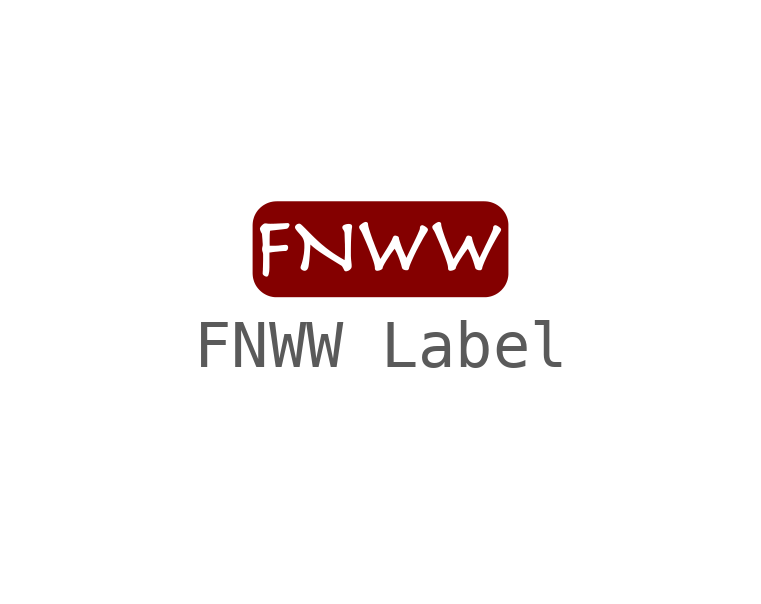
<source format=kicad_sym>
(kicad_symbol_lib
  (version 20231120)
  (generator "kicad_symbol_editor")
  (generator_version "8.0")
  (symbol "FNWW Label"
    (property "Reference" "LAB"
      (at 0 -2.286 0)
      (effects (font (size 1.27 1.27)) (hide yes)))
    (property "ki_locked" ""
      (at 0 0 0)
      (effects (font (size 1.27 1.27))))
    (symbol "FNWW Label_1_0"
      (polyline (pts (xy 2.286 1.016) (xy 2.311 1.014) (xy 2.336 1.011) (xy 2.361 1.006) (xy 2.385 1.001) (xy 2.409 0.994) (xy 2.432 0.986) (xy 2.455 0.977) (xy 2.477 0.967) (xy 2.499 0.956) (xy 2.519 0.944) (xy 2.54 0.931) (xy 2.559 0.917) (xy 2.578 0.902) (xy 2.596 0.887) (xy 2.614 0.87) (xy 2.63 0.853) (xy 2.646 0.835) (xy 2.661 0.816) (xy 2.675 0.796) (xy 2.688 0.776) (xy 2.7 0.755) (xy 2.711 0.733) (xy 2.721 0.711) (xy 2.73 0.689) (xy 2.738 0.665) (xy 2.745 0.642) (xy 2.75 0.617) (xy 2.755 0.593) (xy 2.758 0.568) (xy 2.76 0.542) (xy 2.76 0.517) (xy 2.76 -0.483) (xy 2.76 -0.509) (xy 2.758 -0.534) (xy 2.755 -0.559) (xy 2.75 -0.584) (xy 2.745 -0.608) (xy 2.738 -0.632) (xy 2.73 -0.655) (xy 2.721 -0.678) (xy 2.711 -0.7) (xy 2.7 -0.722) (xy 2.688 -0.743) (xy 2.675 -0.763) (xy 2.661 -0.782) (xy 2.646 -0.801) (xy 2.63 -0.819) (xy 2.614 -0.837) (xy 2.596 -0.853) (xy 2.578 -0.869) (xy 2.559 -0.884) (xy 2.54 -0.898) (xy 2.519 -0.911) (xy 2.499 -0.923) (xy 2.477 -0.934) (xy 2.455 -0.944) (xy 2.432 -0.953) (xy 2.409 -0.961) (xy 2.385 -0.968) (xy 2.361 -0.973) (xy 2.336 -0.978) (xy 2.311 -0.981) (xy 2.286 -0.983) (xy 2.26 -0.983) (xy -2.073 -0.983) (xy -2.099 -0.983) (xy -2.124 -0.981) (xy -2.149 -0.978) (xy -2.174 -0.973) (xy -2.198 -0.968) (xy -2.222 -0.961) (xy -2.245 -0.953) (xy -2.268 -0.944) (xy -2.29 -0.934) (xy -2.311 -0.923) (xy -2.332 -0.911) (xy -2.353 -0.898) (xy -2.372 -0.884) (xy -2.391 -0.869) (xy -2.409 -0.853) (xy -2.426 -0.837) (xy -2.443 -0.819) (xy -2.459 -0.801) (xy -2.474 -0.782) (xy -2.488 -0.763) (xy -2.501 -0.743) (xy -2.513 -0.722) (xy -2.524 -0.7) (xy -2.534 -0.678) (xy -2.543 -0.655) (xy -2.55 -0.632) (xy -2.557 -0.608) (xy -2.563 -0.584) (xy -2.567 -0.559) (xy -2.57 -0.534) (xy -2.572 -0.509) (xy -2.573 -0.483) (xy -2.573 0.446) (xy -2.42 0.446) (xy -2.42 0.444) (xy -2.42 0.441) (xy -2.42 0.438) (xy -2.42 0.435) (xy -2.419 0.432) (xy -2.418 0.429) (xy -2.418 0.426) (xy -2.417 0.422) (xy -2.416 0.419) (xy -2.415 0.415) (xy -2.414 0.412) (xy -2.413 0.408) (xy -2.411 0.404) (xy -2.41 0.401) (xy -2.408 0.397) (xy -2.406 0.393) (xy -2.403 0.386) (xy -2.4 0.379) (xy -2.397 0.373) (xy -2.393 0.366) (xy -2.39 0.36) (xy -2.386 0.353) (xy -2.382 0.346) (xy -2.378 0.34) (xy -2.376 0.315) (xy -2.374 0.285) (xy -2.371 0.25) (xy -2.368 0.215) (xy -2.366 0.182) (xy -2.364 0.152) (xy -2.363 0.14) (xy -2.362 0.13) (xy -2.362 0.122) (xy -2.362 0.117) (xy -2.362 0.111) (xy -2.362 0.105) (xy -2.362 0.1) (xy -2.363 0.094) (xy -2.364 0.089) (xy -2.365 0.084) (xy -2.366 0.079) (xy -2.368 0.073) (xy -2.369 0.067) (xy -2.371 0.061) (xy -2.372 0.054) (xy -2.373 0.047) (xy -2.374 0.04) (xy -2.375 0.033) (xy -2.375 0.026) (xy -2.375 0.019) (xy -2.375 0.014) (xy -2.375 0.01) (xy -2.375 0.005) (xy -2.374 0.001) (xy -2.374 -0.003) (xy -2.373 -0.007) (xy -2.372 -0.011) (xy -2.372 -0.014) (xy -2.371 -0.018) (xy -2.37 -0.021) (xy -2.369 -0.024) (xy -2.368 -0.028) (xy -2.367 -0.031) (xy -2.366 -0.034) (xy -2.365 -0.038) (xy -2.363 -0.041) (xy -2.362 -0.044) (xy -2.361 -0.047) (xy -2.361 -0.05) (xy -2.36 -0.053) (xy -2.359 -0.056) (xy -2.358 -0.06) (xy -2.357 -0.063) (xy -2.357 -0.067) (xy -2.356 -0.07) (xy -2.356 -0.074) (xy -2.355 -0.079) (xy -2.355 -0.084) (xy -2.354 -0.089) (xy -2.354 -0.094) (xy -2.354 -0.1) (xy -2.354 -0.106) (xy -2.354 -0.206) (xy -2.356 -0.285) (xy -2.357 -0.346) (xy -2.359 -0.392) (xy -2.359 -0.41) (xy -2.36 -0.426) (xy -2.361 -0.439) (xy -2.362 -0.45) (xy -2.362 -0.461) (xy -2.363 -0.47) (xy -2.363 -0.479) (xy -2.363 -0.488) (xy -2.363 -0.49) (xy -2.363 -0.492) (xy -2.363 -0.494) (xy -2.362 -0.496) (xy -2.362 -0.498) (xy -2.361 -0.5) (xy -2.361 -0.502) (xy -2.36 -0.504) (xy -2.359 -0.506) (xy -2.358 -0.507) (xy -2.357 -0.509) (xy -2.356 -0.511) (xy -2.355 -0.513) (xy -2.353 -0.515) (xy -2.352 -0.517) (xy -2.35 -0.518) (xy -2.348 -0.521) (xy -2.346 -0.523) (xy -2.344 -0.525) (xy -2.341 -0.527) (xy -2.339 -0.529) (xy -2.337 -0.531) (xy -2.334 -0.533) (xy -2.331 -0.535) (xy -2.328 -0.537) (xy -2.325 -0.539) (xy -2.322 -0.541) (xy -2.319 -0.542) (xy -2.316 -0.544) (xy -2.313 -0.545) (xy -2.31 -0.547) (xy -2.307 -0.548) (xy -2.303 -0.549) (xy -2.299 -0.55) (xy -2.296 -0.551) (xy -2.293 -0.552) (xy -2.289 -0.553) (xy -2.286 -0.553) (xy -2.285 -0.553) (xy -2.284 -0.553) (xy -2.282 -0.553) (xy -2.281 -0.553) (xy -2.278 -0.553) (xy -2.276 -0.553) (xy -2.273 -0.552) (xy -2.272 -0.552) (xy -2.27 -0.552) (xy -2.269 -0.551) (xy -2.268 -0.551) (xy -2.266 -0.55) (xy -2.265 -0.549) (xy -2.264 -0.548) (xy -2.262 -0.548) (xy -2.261 -0.547) (xy -2.26 -0.546) (xy -2.258 -0.544) (xy -2.257 -0.543) (xy -2.256 -0.542) (xy -2.255 -0.541) (xy -2.253 -0.539) (xy -2.252 -0.538) (xy -2.251 -0.536) (xy -2.25 -0.534) (xy -2.249 -0.533) (xy -2.248 -0.531) (xy -2.247 -0.529) (xy -2.246 -0.527) (xy -2.245 -0.524) (xy -2.244 -0.522) (xy -2.243 -0.52) (xy -2.242 -0.517) (xy -2.24 -0.512) (xy -2.239 -0.506) (xy -2.237 -0.5) (xy -2.236 -0.493) (xy -2.234 -0.487) (xy -2.233 -0.48) (xy -2.232 -0.473) (xy -2.23 -0.466) (xy -2.229 -0.459) (xy -2.228 -0.452) (xy -2.227 -0.445) (xy -2.226 -0.438) (xy -2.226 -0.431) (xy -2.225 -0.423) (xy -2.224 -0.416) (xy -2.224 -0.409) (xy -2.223 -0.396) (xy -2.223 -0.385) (xy -2.223 -0.376) (xy -2.222 -0.368) (xy -2.222 -0.052) (xy -2.211 -0.051) (xy -2.198 -0.049) (xy -2.183 -0.047) (xy -2.167 -0.044) (xy -2.143 -0.041) (xy -2.118 -0.038) (xy -2.092 -0.035) (xy -2.066 -0.033) (xy -2.039 -0.03) (xy -2.014 -0.027) (xy -1.988 -0.025) (xy -1.964 -0.023) (xy -1.941 -0.021) (xy -1.922 -0.02) (xy -1.905 -0.019) (xy -1.891 -0.019) (xy -1.888 -0.019) (xy -1.885 -0.019) (xy -1.882 -0.018) (xy -1.879 -0.018) (xy -1.876 -0.017) (xy -1.873 -0.016) (xy -1.87 -0.015) (xy -1.867 -0.013) (xy -1.865 -0.012) (xy -1.862 -0.01) (xy -1.86 -0.008) (xy -1.857 -0.006) (xy -1.855 -0.004) (xy -1.852 -0.001) (xy -1.85 0.002) (xy -1.848 0.004) (xy -1.846 0.007) (xy -1.844 0.009) (xy -1.843 0.012) (xy -1.841 0.015) (xy -1.84 0.018) (xy -1.839 0.021) (xy -1.838 0.024) (xy -1.837 0.027) (xy -1.836 0.031) (xy -1.835 0.034) (xy -1.834 0.038) (xy -1.834 0.041) (xy -1.833 0.045) (xy -1.833 0.049) (xy -1.833 0.053) (xy -1.833 0.058) (xy -1.833 0.061) (xy -1.833 0.064) (xy -1.833 0.066) (xy -1.834 0.069) (xy -1.834 0.072) (xy -1.835 0.074) (xy -1.836 0.077) (xy -1.837 0.079) (xy -1.837 0.082) (xy -1.839 0.084) (xy -1.84 0.086) (xy -1.841 0.088) (xy -1.842 0.09) (xy -1.843 0.091) (xy -1.845 0.093) (xy -1.846 0.095) (xy -1.848 0.096) (xy -1.85 0.098) (xy -1.851 0.099) (xy -1.853 0.101) (xy -1.855 0.102) (xy -1.857 0.103) (xy -1.86 0.104) (xy -1.862 0.105) (xy -1.864 0.106) (xy -1.867 0.106) (xy -1.869 0.107) (xy -1.872 0.108) (xy -1.875 0.108) (xy -1.878 0.108) (xy -1.881 0.108) (xy -1.884 0.108) (xy -1.893 0.108) (xy -1.904 0.108) (xy -1.915 0.107) (xy -1.927 0.106) (xy -1.94 0.105) (xy -1.954 0.103) (xy -1.968 0.102) (xy -1.984 0.1) (xy -1.999 0.098) (xy -2.015 0.096) (xy -2.031 0.094) (xy -2.048 0.093) (xy -2.065 0.092) (xy -2.083 0.091) (xy -2.101 0.091) (xy -2.12 0.091) (xy -2.217 0.091) (xy -2.217 0.101) (xy -2.217 0.11) (xy -2.217 0.12) (xy -2.218 0.13) (xy -2.218 0.14) (xy -2.218 0.15) (xy -2.218 0.212) (xy -2.217 0.274) (xy -2.217 0.303) (xy -2.216 0.331) (xy -2.214 0.356) (xy -2.213 0.368) (xy -2.212 0.38) (xy -2.212 0.383) (xy -2.211 0.387) (xy -2.211 0.39) (xy -2.21 0.393) (xy -2.209 0.399) (xy -2.208 0.403) (xy -2.202 0.404) (xy -2.195 0.405) (xy -2.18 0.407) (xy -2.163 0.409) (xy -2.144 0.411) (xy -2.048 0.422) (xy -1.947 0.433) (xy -1.923 0.436) (xy -1.901 0.439) (xy -1.88 0.442) (xy -1.861 0.445) (xy -1.861 0.445) (xy -1.859 0.446) (xy -1.858 0.446) (xy -1.856 0.447) (xy -1.854 0.447) (xy -1.853 0.448) (xy -1.851 0.449) (xy -1.849 0.45) (xy -1.848 0.451) (xy -1.846 0.452) (xy -1.845 0.453) (xy -1.843 0.454) (xy -1.841 0.455) (xy -1.84 0.456) (xy -1.838 0.458) (xy -1.837 0.459) (xy -1.835 0.461) (xy -1.833 0.463) (xy -1.831 0.465) (xy -1.829 0.468) (xy -1.827 0.47) (xy -1.825 0.473) (xy -1.824 0.475) (xy -1.822 0.478) (xy -1.821 0.478) (xy -1.689 0.478) (xy -1.689 0.477) (xy -1.689 0.475) (xy -1.689 0.474) (xy -1.689 0.472) (xy -1.689 0.471) (xy -1.688 0.469) (xy -1.688 0.467) (xy -1.688 0.466) (xy -1.688 0.464) (xy -1.687 0.463) (xy -1.687 0.461) (xy -1.686 0.459) (xy -1.686 0.458) (xy -1.685 0.456) (xy -1.684 0.454) (xy -1.684 0.453) (xy -1.683 0.452) (xy -1.683 0.45) (xy -1.681 0.447) (xy -1.679 0.444) (xy -1.677 0.44) (xy -1.675 0.436) (xy -1.672 0.432) (xy -1.669 0.428) (xy -1.665 0.423) (xy -1.662 0.418) (xy -1.659 0.414) (xy -1.655 0.408) (xy -1.65 0.403) (xy -1.646 0.397) (xy -1.641 0.391) (xy -1.635 0.385) (xy -1.63 0.378) (xy -1.603 0.348) (xy -1.569 0.308) (xy -1.569 0.308) (xy -1.569 0.308) (xy -1.564 0.303) (xy -1.56 0.297) (xy -1.555 0.291) (xy -1.55 0.285) (xy -1.546 0.279) (xy -1.542 0.274) (xy -1.538 0.268) (xy -1.534 0.262) (xy -1.531 0.256) (xy -1.528 0.25) (xy -1.524 0.244) (xy -1.521 0.238) (xy -1.519 0.232) (xy -1.516 0.226) (xy -1.514 0.22) (xy -1.511 0.214) (xy -1.509 0.208) (xy -1.507 0.201) (xy -1.505 0.195) (xy -1.504 0.188) (xy -1.502 0.181) (xy -1.5 0.174) (xy -1.499 0.167) (xy -1.498 0.159) (xy -1.497 0.151) (xy -1.496 0.144) (xy -1.495 0.136) (xy -1.495 0.127) (xy -1.494 0.11) (xy -1.494 0.093) (xy -1.494 0.067) (xy -1.494 0.042) (xy -1.496 0.018) (xy -1.497 -0.006) (xy -1.499 -0.028) (xy -1.501 -0.05) (xy -1.503 -0.07) (xy -1.506 -0.09) (xy -1.513 -0.128) (xy -1.519 -0.162) (xy -1.522 -0.178) (xy -1.526 -0.194) (xy -1.529 -0.209) (xy -1.533 -0.223) (xy -1.536 -0.236) (xy -1.54 -0.248) (xy -1.543 -0.26) (xy -1.546 -0.271) (xy -1.55 -0.281) (xy -1.553 -0.291) (xy -1.556 -0.3) (xy -1.559 -0.308) (xy -1.563 -0.317) (xy -1.565 -0.326) (xy -1.568 -0.334) (xy -1.57 -0.341) (xy -1.571 -0.348) (xy -1.573 -0.354) (xy -1.573 -0.357) (xy -1.573 -0.36) (xy -1.573 -0.362) (xy -1.573 -0.365) (xy -1.573 -0.367) (xy -1.573 -0.369) (xy -1.573 -0.371) (xy -1.573 -0.373) (xy -1.572 -0.376) (xy -1.572 -0.378) (xy -1.571 -0.38) (xy -1.571 -0.382) (xy -1.57 -0.384) (xy -1.569 -0.386) (xy -1.568 -0.388) (xy -1.567 -0.389) (xy -1.565 -0.391) (xy -1.564 -0.393) (xy -1.563 -0.395) (xy -1.561 -0.397) (xy -1.56 -0.398) (xy -1.559 -0.399) (xy -1.558 -0.401) (xy -1.557 -0.402) (xy -1.556 -0.403) (xy -1.554 -0.404) (xy -1.553 -0.406) (xy -1.552 -0.407) (xy -1.55 -0.408) (xy -1.549 -0.409) (xy -1.548 -0.41) (xy -1.546 -0.411) (xy -1.545 -0.412) (xy -1.543 -0.413) (xy -1.542 -0.414) (xy -1.54 -0.415) (xy -1.538 -0.416) (xy -1.537 -0.417) (xy -1.535 -0.418) (xy -1.534 -0.419) (xy -1.532 -0.42) (xy -1.53 -0.421) (xy -1.529 -0.422) (xy -1.527 -0.423) (xy -1.525 -0.423) (xy -1.524 -0.424) (xy -1.522 -0.425) (xy -1.52 -0.426) (xy -1.518 -0.426) (xy -1.516 -0.427) (xy -1.515 -0.427) (xy -1.513 -0.428) (xy -1.509 -0.429) (xy -1.506 -0.43) (xy -1.502 -0.43) (xy -1.499 -0.431) (xy -1.496 -0.431) (xy -1.493 -0.432) (xy -1.491 -0.432) (xy -1.488 -0.432) (xy -1.485 -0.432) (xy -1.482 -0.432) (xy -1.478 -0.431) (xy -1.475 -0.43) (xy -1.472 -0.43) (xy -1.468 -0.429) (xy -1.465 -0.427) (xy -1.462 -0.426) (xy -1.459 -0.424) (xy -1.456 -0.423) (xy -1.453 -0.421) (xy -1.45 -0.418) (xy -1.446 -0.416) (xy -1.443 -0.413) (xy -1.44 -0.41) (xy -1.437 -0.407) (xy -1.435 -0.405) (xy -1.432 -0.402) (xy -1.43 -0.399) (xy -1.428 -0.395) (xy -1.426 -0.392) (xy -1.424 -0.388) (xy -1.422 -0.385) (xy -1.42 -0.381) (xy -1.418 -0.376) (xy -1.416 -0.372) (xy -1.415 -0.367) (xy -1.413 -0.363) (xy -1.411 -0.358) (xy -1.41 -0.353) (xy -1.409 -0.348) (xy -1.408 -0.342) (xy -1.407 -0.342) (xy -1.407 -0.342) (xy -1.407 -0.342) (xy -1.405 -0.327) (xy -1.402 -0.312) (xy -1.4 -0.296) (xy -1.398 -0.28) (xy -1.396 -0.263) (xy -1.394 -0.246) (xy -1.392 -0.228) (xy -1.39 -0.21) (xy -1.387 -0.174) (xy -1.384 -0.138) (xy -1.381 -0.102) (xy -1.379 -0.066) (xy -1.37 0.066) (xy -1.369 0.092) (xy -1.368 0.104) (xy -1.367 0.115) (xy -1.361 0.11) (xy -1.356 0.105) (xy -1.351 0.1) (xy -1.345 0.095) (xy -1.338 0.088) (xy -1.331 0.082) (xy -1.323 0.075) (xy -1.316 0.069) (xy -1.308 0.062) (xy -1.3 0.056) (xy -1.283 0.042) (xy -1.274 0.035) (xy -1.265 0.028) (xy -1.246 0.013) (xy -1.225 -0.002) (xy -1.203 -0.018) (xy -1.179 -0.035) (xy -1.153 -0.053) (xy -1.124 -0.072) (xy -1.093 -0.093) (xy -1.059 -0.115) (xy -1.022 -0.139) (xy -0.982 -0.164) (xy -0.939 -0.191) (xy -0.842 -0.251) (xy -0.73 -0.32) (xy -0.727 -0.321) (xy -0.725 -0.323) (xy -0.723 -0.324) (xy -0.721 -0.326) (xy -0.719 -0.327) (xy -0.717 -0.329) (xy -0.715 -0.331) (xy -0.714 -0.333) (xy -0.712 -0.334) (xy -0.71 -0.336) (xy -0.709 -0.338) (xy -0.707 -0.34) (xy -0.706 -0.342) (xy -0.704 -0.344) (xy -0.703 -0.346) (xy -0.702 -0.348) (xy -0.699 -0.353) (xy -0.696 -0.357) (xy -0.693 -0.362) (xy -0.69 -0.367) (xy -0.688 -0.372) (xy -0.685 -0.376) (xy -0.683 -0.381) (xy -0.681 -0.385) (xy -0.672 -0.402) (xy -0.665 -0.417) (xy -0.664 -0.419) (xy -0.663 -0.421) (xy -0.662 -0.422) (xy -0.661 -0.424) (xy -0.66 -0.425) (xy -0.659 -0.427) (xy -0.658 -0.428) (xy -0.657 -0.429) (xy -0.656 -0.431) (xy -0.655 -0.432) (xy -0.654 -0.433) (xy -0.653 -0.434) (xy -0.652 -0.435) (xy -0.65 -0.436) (xy -0.649 -0.436) (xy -0.648 -0.437) (xy -0.639 -0.442) (xy -0.629 -0.443) (xy -0.627 -0.443) (xy -0.626 -0.443) (xy -0.622 -0.443) (xy -0.618 -0.442) (xy -0.614 -0.442) (xy -0.61 -0.441) (xy -0.606 -0.44) (xy -0.601 -0.439) (xy -0.596 -0.437) (xy -0.591 -0.436) (xy -0.586 -0.434) (xy -0.581 -0.432) (xy -0.576 -0.43) (xy -0.572 -0.428) (xy -0.567 -0.425) (xy -0.562 -0.422) (xy -0.557 -0.419) (xy -0.555 -0.418) (xy -0.553 -0.416) (xy -0.55 -0.414) (xy -0.548 -0.413) (xy -0.546 -0.411) (xy -0.544 -0.409) (xy -0.542 -0.407) (xy -0.54 -0.405) (xy -0.538 -0.403) (xy -0.536 -0.401) (xy -0.534 -0.399) (xy -0.532 -0.397) (xy -0.53 -0.395) (xy -0.528 -0.393) (xy -0.526 -0.39) (xy -0.524 -0.388) (xy -0.522 -0.385) (xy -0.52 -0.382) (xy -0.518 -0.379) (xy -0.517 -0.377) (xy -0.515 -0.374) (xy -0.514 -0.371) (xy -0.513 -0.367) (xy -0.512 -0.364) (xy -0.511 -0.361) (xy -0.51 -0.358) (xy -0.509 -0.355) (xy -0.509 -0.351) (xy -0.508 -0.348) (xy -0.508 -0.345) (xy -0.508 -0.341) (xy -0.508 -0.338) (xy -0.508 -0.332) (xy -0.508 -0.326) (xy -0.508 -0.32) (xy -0.508 -0.314) (xy -0.508 -0.308) (xy -0.509 -0.302) (xy -0.509 -0.295) (xy -0.51 -0.289) (xy -0.511 -0.277) (xy -0.513 -0.263) (xy -0.514 -0.249) (xy -0.516 -0.233) (xy -0.518 -0.218) (xy -0.519 -0.201) (xy -0.521 -0.182) (xy -0.522 -0.163) (xy -0.523 -0.142) (xy -0.524 -0.119) (xy -0.524 -0.095) (xy -0.524 -0.069) (xy -0.524 0.016) (xy -0.523 0.091) (xy -0.522 0.157) (xy -0.52 0.214) (xy -0.518 0.263) (xy -0.516 0.306) (xy -0.514 0.344) (xy -0.511 0.375) (xy -0.509 0.4) (xy -0.507 0.422) (xy -0.505 0.439) (xy -0.503 0.452) (xy -0.502 0.458) (xy -0.501 0.464) (xy -0.5 0.469) (xy -0.5 0.474) (xy -0.499 0.479) (xy -0.499 0.481) (xy -0.352 0.481) (xy -0.352 0.478) (xy -0.352 0.475) (xy -0.351 0.471) (xy -0.351 0.468) (xy -0.35 0.464) (xy -0.349 0.461) (xy -0.348 0.457) (xy -0.346 0.453) (xy -0.345 0.449) (xy -0.343 0.445) (xy -0.341 0.442) (xy -0.339 0.438) (xy -0.337 0.433) (xy -0.334 0.429) (xy -0.331 0.425) (xy -0.328 0.421) (xy -0.326 0.418) (xy -0.324 0.414) (xy -0.321 0.411) (xy -0.319 0.407) (xy -0.314 0.398) (xy -0.308 0.389) (xy -0.303 0.378) (xy -0.297 0.367) (xy -0.291 0.354) (xy -0.285 0.341) (xy -0.285 0.341) (xy -0.245 0.249) (xy -0.208 0.165) (xy -0.176 0.089) (xy -0.148 0.02) (xy -0.124 -0.041) (xy -0.103 -0.097) (xy -0.084 -0.146) (xy -0.069 -0.19) (xy -0.056 -0.227) (xy -0.051 -0.244) (xy -0.046 -0.26) (xy -0.042 -0.275) (xy -0.038 -0.288) (xy -0.035 -0.3) (xy -0.033 -0.311) (xy -0.031 -0.321) (xy -0.029 -0.329) (xy -0.028 -0.338) (xy -0.026 -0.345) (xy -0.025 -0.352) (xy -0.025 -0.358) (xy -0.024 -0.363) (xy -0.024 -0.368) (xy -0.024 -0.373) (xy -0.024 -0.378) (xy -0.024 -0.382) (xy -0.023 -0.386) (xy -0.023 -0.39) (xy -0.022 -0.394) (xy -0.021 -0.397) (xy -0.02 -0.4) (xy -0.019 -0.403) (xy -0.018 -0.406) (xy -0.017 -0.408) (xy -0.016 -0.411) (xy -0.015 -0.413) (xy -0.014 -0.415) (xy -0.013 -0.416) (xy -0.011 -0.418) (xy -0.01 -0.419) (xy -0.008 -0.421) (xy -0.006 -0.422) (xy -0.005 -0.423) (xy -0.003 -0.425) (xy -0.001 -0.426) (xy 0.002 -0.427) (xy 0.004 -0.428) (xy 0.006 -0.429) (xy 0.009 -0.43) (xy 0.011 -0.43) (xy 0.014 -0.431) (xy 0.017 -0.431) (xy 0.02 -0.432) (xy 0.023 -0.432) (xy 0.027 -0.432) (xy 0.029 -0.432) (xy 0.032 -0.432) (xy 0.036 -0.431) (xy 0.039 -0.431) (xy 0.043 -0.43) (xy 0.047 -0.43) (xy 0.051 -0.429) (xy 0.055 -0.428) (xy 0.059 -0.427) (xy 0.064 -0.426) (xy 0.068 -0.425) (xy 0.072 -0.424) (xy 0.076 -0.423) (xy 0.08 -0.421) (xy 0.084 -0.42) (xy 0.088 -0.418) (xy 0.092 -0.417) (xy 0.096 -0.415) (xy 0.1 -0.413) (xy 0.104 -0.411) (xy 0.107 -0.409) (xy 0.111 -0.407) (xy 0.114 -0.405) (xy 0.117 -0.403) (xy 0.12 -0.402) (xy 0.122 -0.4) (xy 0.124 -0.398) (xy 0.126 -0.396) (xy 0.128 -0.394) (xy 0.129 -0.393) (xy 0.131 -0.391) (xy 0.132 -0.389) (xy 0.134 -0.387) (xy 0.135 -0.385) (xy 0.136 -0.383) (xy 0.136 -0.381) (xy 0.137 -0.38) (xy 0.138 -0.378) (xy 0.138 -0.376) (xy 0.139 -0.374) (xy 0.139 -0.373) (xy 0.139 -0.373) (xy 0.139 -0.373) (xy 0.139 -0.373) (xy 0.139 -0.372) (xy 0.139 -0.372) (xy 0.139 -0.372) (xy 0.139 -0.372) (xy 0.139 -0.37) (xy 0.14 -0.368) (xy 0.14 -0.366) (xy 0.14 -0.363) (xy 0.141 -0.361) (xy 0.142 -0.359) (xy 0.142 -0.357) (xy 0.143 -0.354) (xy 0.144 -0.351) (xy 0.145 -0.349) (xy 0.147 -0.343) (xy 0.15 -0.337) (xy 0.153 -0.331) (xy 0.156 -0.324) (xy 0.16 -0.316) (xy 0.164 -0.308) (xy 0.169 -0.3) (xy 0.173 -0.291) (xy 0.178 -0.282) (xy 0.183 -0.273) (xy 0.189 -0.264) (xy 0.2 -0.245) (xy 0.212 -0.225) (xy 0.225 -0.204) (xy 0.239 -0.183) (xy 0.253 -0.162) (xy 0.267 -0.141) (xy 0.281 -0.119) (xy 0.295 -0.098) (xy 0.31 -0.077) (xy 0.324 -0.057) (xy 0.339 -0.037) (xy 0.353 -0.018) (xy 0.37 0.005) (xy 0.387 0.027) (xy 0.391 0.021) (xy 0.395 0.015) (xy 0.399 0.009) (xy 0.403 0.002) (xy 0.407 -0.005) (xy 0.411 -0.012) (xy 0.415 -0.02) (xy 0.419 -0.028) (xy 0.425 -0.042) (xy 0.432 -0.056) (xy 0.439 -0.07) (xy 0.445 -0.085) (xy 0.451 -0.1) (xy 0.458 -0.115) (xy 0.464 -0.13) (xy 0.47 -0.146) (xy 0.482 -0.177) (xy 0.493 -0.208) (xy 0.503 -0.239) (xy 0.513 -0.269) (xy 0.522 -0.297) (xy 0.529 -0.323) (xy 0.535 -0.346) (xy 0.54 -0.365) (xy 0.541 -0.368) (xy 0.542 -0.37) (xy 0.543 -0.373) (xy 0.544 -0.375) (xy 0.545 -0.377) (xy 0.546 -0.38) (xy 0.547 -0.382) (xy 0.548 -0.384) (xy 0.55 -0.386) (xy 0.551 -0.388) (xy 0.553 -0.39) (xy 0.554 -0.392) (xy 0.556 -0.394) (xy 0.558 -0.395) (xy 0.56 -0.397) (xy 0.562 -0.399) (xy 0.564 -0.4) (xy 0.566 -0.401) (xy 0.567 -0.402) (xy 0.569 -0.403) (xy 0.571 -0.405) (xy 0.573 -0.406) (xy 0.575 -0.407) (xy 0.577 -0.408) (xy 0.578 -0.409) (xy 0.58 -0.409) (xy 0.582 -0.41) (xy 0.584 -0.411) (xy 0.586 -0.412) (xy 0.588 -0.413) (xy 0.59 -0.413) (xy 0.592 -0.414) (xy 0.596 -0.415) (xy 0.6 -0.416) (xy 0.604 -0.417) (xy 0.608 -0.418) (xy 0.612 -0.419) (xy 0.615 -0.419) (xy 0.619 -0.42) (xy 0.623 -0.42) (xy 0.63 -0.42) (xy 0.635 -0.42) (xy 0.64 -0.421) (xy 0.645 -0.421) (xy 0.647 -0.421) (xy 0.649 -0.42) (xy 0.651 -0.42) (xy 0.653 -0.42) (xy 0.655 -0.419) (xy 0.657 -0.419) (xy 0.658 -0.418) (xy 0.66 -0.418) (xy 0.662 -0.417) (xy 0.664 -0.416) (xy 0.666 -0.415) (xy 0.667 -0.414) (xy 0.669 -0.412) (xy 0.671 -0.411) (xy 0.672 -0.409) (xy 0.674 -0.408) (xy 0.676 -0.406) (xy 0.677 -0.404) (xy 0.678 -0.402) (xy 0.68 -0.4) (xy 0.681 -0.398) (xy 0.682 -0.396) (xy 0.683 -0.393) (xy 0.685 -0.391) (xy 0.686 -0.388) (xy 0.687 -0.385) (xy 0.688 -0.382) (xy 0.688 -0.379) (xy 0.689 -0.376) (xy 0.69 -0.372) (xy 0.69 -0.368) (xy 0.691 -0.365) (xy 0.691 -0.362) (xy 0.692 -0.36) (xy 0.693 -0.357) (xy 0.694 -0.354) (xy 0.696 -0.347) (xy 0.698 -0.339) (xy 0.702 -0.33) (xy 0.705 -0.32) (xy 0.71 -0.308) (xy 0.714 -0.296) (xy 0.726 -0.268) (xy 0.739 -0.237) (xy 0.754 -0.204) (xy 0.77 -0.168) (xy 0.787 -0.13) (xy 0.806 -0.09) (xy 0.826 -0.049) (xy 0.847 -0.006) (xy 0.87 0.037) (xy 0.892 0.081) (xy 0.916 0.124) (xy 0.94 0.167) (xy 0.94 0.167) (xy 0.958 0.2) (xy 0.974 0.23) (xy 0.989 0.257) (xy 1.003 0.281) (xy 1.016 0.301) (xy 1.027 0.32) (xy 1.037 0.336) (xy 1.046 0.35) (xy 1.055 0.363) (xy 1.058 0.369) (xy 1.062 0.375) (xy 1.065 0.38) (xy 1.068 0.385) (xy 1.07 0.389) (xy 1.072 0.393) (xy 1.073 0.395) (xy 1.075 0.398) (xy 1.076 0.4) (xy 1.077 0.403) (xy 1.078 0.405) (xy 1.078 0.407) (xy 1.079 0.41) (xy 1.08 0.412) (xy 1.08 0.414) (xy 1.081 0.416) (xy 1.081 0.418) (xy 1.082 0.421) (xy 1.082 0.423) (xy 1.082 0.425) (xy 1.082 0.427) (xy 1.082 0.429) (xy 1.082 0.43) (xy 1.082 0.432) (xy 1.082 0.433) (xy 1.081 0.435) (xy 1.081 0.437) (xy 1.08 0.439) (xy 1.079 0.441) (xy 1.078 0.443) (xy 1.077 0.446) (xy 1.076 0.448) (xy 1.074 0.45) (xy 1.072 0.453) (xy 1.07 0.455) (xy 1.068 0.458) (xy 1.066 0.46) (xy 1.063 0.463) (xy 1.06 0.466) (xy 1.056 0.469) (xy 1.053 0.472) (xy 1.049 0.475) (xy 1.045 0.478) (xy 1.041 0.481) (xy 1.04 0.481) (xy 1.173 0.481) (xy 1.173 0.478) (xy 1.174 0.475) (xy 1.174 0.471) (xy 1.175 0.468) (xy 1.175 0.464) (xy 1.177 0.461) (xy 1.178 0.457) (xy 1.179 0.453) (xy 1.181 0.449) (xy 1.182 0.445) (xy 1.184 0.442) (xy 1.187 0.438) (xy 1.189 0.433) (xy 1.191 0.429) (xy 1.194 0.425) (xy 1.197 0.421) (xy 1.2 0.418) (xy 1.202 0.414) (xy 1.204 0.411) (xy 1.207 0.407) (xy 1.212 0.398) (xy 1.217 0.389) (xy 1.222 0.378) (xy 1.228 0.367) (xy 1.234 0.354) (xy 1.24 0.341) (xy 1.24 0.341) (xy 1.28 0.249) (xy 1.317 0.165) (xy 1.349 0.089) (xy 1.377 0.02) (xy 1.401 -0.041) (xy 1.423 -0.097) (xy 1.441 -0.146) (xy 1.456 -0.19) (xy 1.469 -0.227) (xy 1.474 -0.244) (xy 1.479 -0.26) (xy 1.483 -0.275) (xy 1.487 -0.288) (xy 1.49 -0.3) (xy 1.493 -0.311) (xy 1.495 -0.321) (xy 1.496 -0.329) (xy 1.498 -0.338) (xy 1.499 -0.345) (xy 1.5 -0.352) (xy 1.501 -0.358) (xy 1.501 -0.363) (xy 1.501 -0.368) (xy 1.501 -0.373) (xy 1.502 -0.378) (xy 1.502 -0.382) (xy 1.502 -0.386) (xy 1.503 -0.39) (xy 1.504 -0.394) (xy 1.504 -0.397) (xy 1.505 -0.4) (xy 1.506 -0.403) (xy 1.507 -0.406) (xy 1.508 -0.408) (xy 1.509 -0.411) (xy 1.51 -0.413) (xy 1.512 -0.415) (xy 1.513 -0.416) (xy 1.514 -0.418) (xy 1.516 -0.419) (xy 1.517 -0.421) (xy 1.519 -0.422) (xy 1.521 -0.423) (xy 1.523 -0.425) (xy 1.525 -0.426) (xy 1.527 -0.427) (xy 1.529 -0.428) (xy 1.532 -0.429) (xy 1.534 -0.43) (xy 1.537 -0.43) (xy 1.54 -0.431) (xy 1.543 -0.431) (xy 1.546 -0.432) (xy 1.549 -0.432) (xy 1.552 -0.432) (xy 1.555 -0.432) (xy 1.558 -0.432) (xy 1.561 -0.431) (xy 1.565 -0.431) (xy 1.568 -0.43) (xy 1.572 -0.43) (xy 1.576 -0.429) (xy 1.581 -0.428) (xy 1.585 -0.427) (xy 1.589 -0.426) (xy 1.593 -0.425) (xy 1.597 -0.424) (xy 1.601 -0.423) (xy 1.605 -0.421) (xy 1.609 -0.42) (xy 1.613 -0.418) (xy 1.618 -0.417) (xy 1.622 -0.415) (xy 1.625 -0.413) (xy 1.629 -0.411) (xy 1.633 -0.409) (xy 1.636 -0.407) (xy 1.64 -0.405) (xy 1.643 -0.403) (xy 1.645 -0.402) (xy 1.647 -0.4) (xy 1.649 -0.398) (xy 1.651 -0.396) (xy 1.653 -0.394) (xy 1.655 -0.393) (xy 1.656 -0.391) (xy 1.658 -0.389) (xy 1.659 -0.387) (xy 1.66 -0.385) (xy 1.661 -0.383) (xy 1.662 -0.381) (xy 1.663 -0.38) (xy 1.663 -0.378) (xy 1.664 -0.376) (xy 1.664 -0.374) (xy 1.664 -0.372) (xy 1.665 -0.37) (xy 1.665 -0.368) (xy 1.665 -0.366) (xy 1.666 -0.363) (xy 1.666 -0.361) (xy 1.667 -0.359) (xy 1.668 -0.357) (xy 1.669 -0.354) (xy 1.669 -0.351) (xy 1.671 -0.349) (xy 1.673 -0.343) (xy 1.675 -0.337) (xy 1.678 -0.331) (xy 1.682 -0.324) (xy 1.686 -0.316) (xy 1.69 -0.308) (xy 1.694 -0.3) (xy 1.699 -0.291) (xy 1.704 -0.282) (xy 1.709 -0.273) (xy 1.714 -0.264) (xy 1.726 -0.245) (xy 1.738 -0.225) (xy 1.75 -0.204) (xy 1.764 -0.183) (xy 1.778 -0.162) (xy 1.792 -0.141) (xy 1.806 -0.119) (xy 1.821 -0.098) (xy 1.835 -0.077) (xy 1.85 -0.057) (xy 1.864 -0.037) (xy 1.878 -0.018) (xy 1.896 0.005) (xy 1.912 0.027) (xy 1.916 0.021) (xy 1.92 0.015) (xy 1.924 0.009) (xy 1.928 0.002) (xy 1.932 -0.005) (xy 1.936 -0.012) (xy 1.94 -0.02) (xy 1.944 -0.028) (xy 1.951 -0.042) (xy 1.957 -0.056) (xy 1.964 -0.07) (xy 1.97 -0.085) (xy 1.977 -0.1) (xy 1.983 -0.115) (xy 1.989 -0.13) (xy 1.995 -0.146) (xy 2.007 -0.177) (xy 2.018 -0.208) (xy 2.029 -0.239) (xy 2.038 -0.269) (xy 2.047 -0.297) (xy 2.054 -0.323) (xy 2.061 -0.346) (xy 2.066 -0.365) (xy 2.067 -0.368) (xy 2.067 -0.37) (xy 2.068 -0.373) (xy 2.069 -0.375) (xy 2.07 -0.377) (xy 2.071 -0.38) (xy 2.072 -0.382) (xy 2.074 -0.384) (xy 2.075 -0.386) (xy 2.077 -0.388) (xy 2.078 -0.39) (xy 2.08 -0.392) (xy 2.082 -0.394) (xy 2.084 -0.395) (xy 2.086 -0.397) (xy 2.088 -0.399) (xy 2.089 -0.4) (xy 2.091 -0.401) (xy 2.093 -0.402) (xy 2.095 -0.403) (xy 2.096 -0.405) (xy 2.098 -0.406) (xy 2.1 -0.407) (xy 2.102 -0.408) (xy 2.104 -0.409) (xy 2.106 -0.409) (xy 2.108 -0.41) (xy 2.11 -0.411) (xy 2.112 -0.412) (xy 2.114 -0.413) (xy 2.116 -0.413) (xy 2.118 -0.414) (xy 2.122 -0.415) (xy 2.125 -0.416) (xy 2.129 -0.417) (xy 2.133 -0.418) (xy 2.137 -0.419) (xy 2.141 -0.419) (xy 2.145 -0.42) (xy 2.148 -0.42) (xy 2.155 -0.42) (xy 2.161 -0.42) (xy 2.166 -0.421) (xy 2.17 -0.421) (xy 2.172 -0.421) (xy 2.174 -0.42) (xy 2.176 -0.42) (xy 2.178 -0.42) (xy 2.18 -0.419) (xy 2.182 -0.419) (xy 2.184 -0.418) (xy 2.186 -0.418) (xy 2.188 -0.417) (xy 2.189 -0.416) (xy 2.191 -0.415) (xy 2.193 -0.414) (xy 2.195 -0.412) (xy 2.196 -0.411) (xy 2.198 -0.409) (xy 2.199 -0.408) (xy 2.201 -0.406) (xy 2.202 -0.404) (xy 2.204 -0.402) (xy 2.205 -0.4) (xy 2.207 -0.398) (xy 2.208 -0.396) (xy 2.209 -0.393) (xy 2.21 -0.391) (xy 2.211 -0.388) (xy 2.212 -0.385) (xy 2.213 -0.382) (xy 2.214 -0.379) (xy 2.215 -0.376) (xy 2.215 -0.372) (xy 2.216 -0.368) (xy 2.216 -0.365) (xy 2.217 -0.362) (xy 2.217 -0.36) (xy 2.218 -0.357) (xy 2.219 -0.354) (xy 2.221 -0.347) (xy 2.224 -0.339) (xy 2.227 -0.33) (xy 2.231 -0.32) (xy 2.235 -0.308) (xy 2.24 -0.296) (xy 2.251 -0.268) (xy 2.264 -0.237) (xy 2.279 -0.204) (xy 2.295 -0.168) (xy 2.312 -0.13) (xy 2.331 -0.09) (xy 2.351 -0.049) (xy 2.373 -0.006) (xy 2.395 0.037) (xy 2.418 0.081) (xy 2.441 0.124) (xy 2.465 0.167) (xy 2.465 0.167) (xy 2.465 0.167) (xy 2.465 0.167) (xy 2.465 0.167) (xy 2.465 0.167) (xy 2.483 0.2) (xy 2.5 0.23) (xy 2.515 0.257) (xy 2.529 0.281) (xy 2.541 0.301) (xy 2.552 0.32) (xy 2.562 0.336) (xy 2.572 0.35) (xy 2.58 0.363) (xy 2.587 0.375) (xy 2.59 0.38) (xy 2.593 0.385) (xy 2.595 0.389) (xy 2.598 0.393) (xy 2.599 0.395) (xy 2.6 0.398) (xy 2.601 0.4) (xy 2.602 0.403) (xy 2.603 0.405) (xy 2.604 0.407) (xy 2.605 0.41) (xy 2.605 0.412) (xy 2.606 0.414) (xy 2.606 0.416) (xy 2.607 0.418) (xy 2.607 0.421) (xy 2.607 0.423) (xy 2.607 0.425) (xy 2.608 0.427) (xy 2.608 0.429) (xy 2.608 0.43) (xy 2.607 0.432) (xy 2.607 0.433) (xy 2.607 0.435) (xy 2.606 0.437) (xy 2.605 0.439) (xy 2.605 0.441) (xy 2.603 0.443) (xy 2.602 0.446) (xy 2.601 0.448) (xy 2.599 0.45) (xy 2.598 0.453) (xy 2.596 0.455) (xy 2.594 0.458) (xy 2.591 0.46) (xy 2.588 0.463) (xy 2.585 0.466) (xy 2.582 0.469) (xy 2.578 0.472) (xy 2.574 0.475) (xy 2.571 0.478) (xy 2.567 0.481) (xy 2.563 0.484) (xy 2.558 0.487) (xy 2.554 0.49) (xy 2.55 0.493) (xy 2.546 0.495) (xy 2.541 0.498) (xy 2.537 0.501) (xy 2.533 0.503) (xy 2.528 0.505) (xy 2.524 0.508) (xy 2.521 0.509) (xy 2.519 0.51) (xy 2.516 0.511) (xy 2.514 0.512) (xy 2.511 0.513) (xy 2.509 0.514) (xy 2.506 0.515) (xy 2.504 0.516) (xy 2.502 0.516) (xy 2.5 0.517) (xy 2.498 0.517) (xy 2.497 0.518) (xy 2.495 0.518) (xy 2.494 0.518) (xy 2.492 0.518) (xy 2.491 0.518) (xy 2.488 0.518) (xy 2.485 0.518) (xy 2.482 0.517) (xy 2.479 0.517) (xy 2.476 0.516) (xy 2.474 0.515) (xy 2.471 0.515) (xy 2.469 0.513) (xy 2.466 0.512) (xy 2.464 0.511) (xy 2.462 0.509) (xy 2.46 0.508) (xy 2.458 0.506) (xy 2.456 0.504) (xy 2.454 0.502) (xy 2.452 0.5) (xy 2.451 0.498) (xy 2.45 0.496) (xy 2.448 0.494) (xy 2.447 0.492) (xy 2.446 0.489) (xy 2.445 0.487) (xy 2.444 0.484) (xy 2.443 0.48) (xy 2.443 0.477) (xy 2.442 0.474) (xy 2.441 0.47) (xy 2.441 0.466) (xy 2.44 0.462) (xy 2.44 0.457) (xy 2.44 0.453) (xy 2.44 0.448) (xy 2.44 0.446) (xy 2.439 0.444) (xy 2.439 0.442) (xy 2.439 0.44) (xy 2.438 0.438) (xy 2.437 0.435) (xy 2.436 0.432) (xy 2.435 0.429) (xy 2.433 0.422) (xy 2.43 0.414) (xy 2.427 0.406) (xy 2.423 0.396) (xy 2.413 0.373) (xy 2.402 0.347) (xy 2.389 0.319) (xy 2.376 0.289) (xy 2.361 0.258) (xy 2.345 0.225) (xy 2.329 0.191) (xy 2.312 0.155) (xy 2.277 0.084) (xy 2.244 0.014) (xy 2.183 -0.113) (xy 2.17 -0.139) (xy 2.165 -0.151) (xy 2.16 -0.162) (xy 2.14 -0.12) (xy 2.122 -0.081) (xy 2.105 -0.043) (xy 2.09 -0.008) (xy 2.076 0.025) (xy 2.063 0.057) (xy 2.052 0.086) (xy 2.042 0.114) (xy 2.025 0.165) (xy 2.018 0.186) (xy 2.013 0.205) (xy 2.009 0.221) (xy 2.006 0.234) (xy 2.004 0.245) (xy 2.003 0.249) (xy 2.003 0.253) (xy 2.002 0.261) (xy 1.999 0.267) (xy 1.995 0.273) (xy 1.994 0.274) (xy 1.994 0.275) (xy 1.993 0.276) (xy 1.992 0.277) (xy 1.991 0.278) (xy 1.99 0.278) (xy 1.989 0.279) (xy 1.988 0.28) (xy 1.987 0.281) (xy 1.986 0.282) (xy 1.984 0.283) (xy 1.983 0.284) (xy 1.982 0.285) (xy 1.98 0.286) (xy 1.979 0.287) (xy 1.978 0.287) (xy 1.976 0.288) (xy 1.975 0.289) (xy 1.973 0.29) (xy 1.972 0.29) (xy 1.97 0.291) (xy 1.969 0.292) (xy 1.967 0.292) (xy 1.966 0.293) (xy 1.963 0.294) (xy 1.96 0.295) (xy 1.958 0.295) (xy 1.955 0.296) (xy 1.953 0.297) (xy 1.95 0.298) (xy 1.947 0.298) (xy 1.945 0.299) (xy 1.941 0.3) (xy 1.938 0.3) (xy 1.936 0.301) (xy 1.933 0.301) (xy 1.931 0.302) (xy 1.929 0.302) (xy 1.927 0.302) (xy 1.925 0.302) (xy 1.923 0.302) (xy 1.92 0.302) (xy 1.918 0.302) (xy 1.915 0.301) (xy 1.913 0.301) (xy 1.911 0.3) (xy 1.909 0.299) (xy 1.907 0.298) (xy 1.904 0.297) (xy 1.902 0.296) (xy 1.9 0.295) (xy 1.898 0.294) (xy 1.896 0.292) (xy 1.895 0.291) (xy 1.893 0.289) (xy 1.891 0.287) (xy 1.89 0.286) (xy 1.889 0.284) (xy 1.887 0.283) (xy 1.886 0.281) (xy 1.885 0.279) (xy 1.883 0.276) (xy 1.882 0.274) (xy 1.88 0.271) (xy 1.879 0.268) (xy 1.877 0.265) (xy 1.875 0.262) (xy 1.874 0.258) (xy 1.872 0.254) (xy 1.87 0.25) (xy 1.869 0.246) (xy 1.867 0.242) (xy 1.867 0.241) (xy 1.867 0.241) (xy 1.864 0.235) (xy 1.861 0.228) (xy 1.858 0.221) (xy 1.855 0.213) (xy 1.851 0.205) (xy 1.847 0.197) (xy 1.843 0.188) (xy 1.838 0.179) (xy 1.827 0.159) (xy 1.816 0.139) (xy 1.804 0.117) (xy 1.791 0.095) (xy 1.777 0.072) (xy 1.764 0.049) (xy 1.749 0.026) (xy 1.735 0.002) (xy 1.678 -0.089) (xy 1.652 -0.13) (xy 1.629 -0.167) (xy 1.623 -0.176) (xy 1.617 -0.185) (xy 1.611 -0.172) (xy 1.605 -0.159) (xy 1.599 -0.144) (xy 1.592 -0.128) (xy 1.578 -0.096) (xy 1.564 -0.062) (xy 1.549 -0.026) (xy 1.534 0.012) (xy 1.503 0.091) (xy 1.472 0.173) (xy 1.457 0.213) (xy 1.442 0.253) (xy 1.428 0.292) (xy 1.415 0.33) (xy 1.403 0.366) (xy 1.392 0.4) (xy 1.383 0.432) (xy 1.374 0.462) (xy 1.371 0.475) (xy 1.368 0.487) (xy 1.365 0.497) (xy 1.363 0.507) (xy 1.361 0.516) (xy 1.36 0.524) (xy 1.359 0.531) (xy 1.359 0.537) (xy 1.359 0.54) (xy 1.359 0.543) (xy 1.359 0.546) (xy 1.358 0.549) (xy 1.358 0.551) (xy 1.357 0.554) (xy 1.356 0.556) (xy 1.355 0.559) (xy 1.355 0.561) (xy 1.354 0.563) (xy 1.353 0.565) (xy 1.351 0.567) (xy 1.35 0.569) (xy 1.349 0.57) (xy 1.347 0.572) (xy 1.346 0.574) (xy 1.344 0.575) (xy 1.343 0.577) (xy 1.341 0.578) (xy 1.339 0.579) (xy 1.337 0.58) (xy 1.335 0.581) (xy 1.333 0.582) (xy 1.331 0.583) (xy 1.329 0.584) (xy 1.326 0.585) (xy 1.324 0.586) (xy 1.321 0.586) (xy 1.319 0.586) (xy 1.316 0.587) (xy 1.313 0.587) (xy 1.31 0.587) (xy 1.308 0.587) (xy 1.306 0.587) (xy 1.305 0.587) (xy 1.303 0.586) (xy 1.301 0.586) (xy 1.299 0.585) (xy 1.296 0.585) (xy 1.294 0.584) (xy 1.292 0.583) (xy 1.289 0.583) (xy 1.286 0.582) (xy 1.284 0.58) (xy 1.281 0.579) (xy 1.278 0.578) (xy 1.275 0.577) (xy 1.272 0.575) (xy 1.267 0.572) (xy 1.262 0.57) (xy 1.257 0.567) (xy 1.252 0.564) (xy 1.246 0.56) (xy 1.241 0.557) (xy 1.236 0.554) (xy 1.231 0.55) (xy 1.226 0.546) (xy 1.221 0.543) (xy 1.216 0.539) (xy 1.211 0.535) (xy 1.207 0.532) (xy 1.202 0.528) (xy 1.198 0.524) (xy 1.194 0.521) (xy 1.192 0.518) (xy 1.189 0.515) (xy 1.187 0.513) (xy 1.185 0.51) (xy 1.183 0.507) (xy 1.181 0.505) (xy 1.179 0.502) (xy 1.178 0.499) (xy 1.177 0.497) (xy 1.176 0.495) (xy 1.175 0.492) (xy 1.174 0.49) (xy 1.174 0.488) (xy 1.173 0.486) (xy 1.173 0.483) (xy 1.173 0.481) (xy 1.04 0.481) (xy 1.037 0.484) (xy 1.033 0.487) (xy 1.029 0.49) (xy 1.024 0.493) (xy 1.02 0.495) (xy 1.016 0.498) (xy 1.012 0.501) (xy 1.007 0.503) (xy 1.003 0.505) (xy 0.999 0.508) (xy 0.996 0.509) (xy 0.993 0.51) (xy 0.991 0.511) (xy 0.988 0.512) (xy 0.986 0.513) (xy 0.983 0.514) (xy 0.981 0.515) (xy 0.979 0.516) (xy 0.977 0.516) (xy 0.975 0.517) (xy 0.973 0.517) (xy 0.971 0.518) (xy 0.97 0.518) (xy 0.968 0.518) (xy 0.967 0.518) (xy 0.965 0.518) (xy 0.962 0.518) (xy 0.959 0.518) (xy 0.956 0.517) (xy 0.954 0.517) (xy 0.951 0.516) (xy 0.948 0.515) (xy 0.946 0.515) (xy 0.943 0.513) (xy 0.941 0.512) (xy 0.939 0.511) (xy 0.936 0.509) (xy 0.934 0.508) (xy 0.932 0.506) (xy 0.93 0.504) (xy 0.928 0.502) (xy 0.927 0.5) (xy 0.925 0.498) (xy 0.924 0.496) (xy 0.923 0.494) (xy 0.922 0.492) (xy 0.921 0.489) (xy 0.92 0.487) (xy 0.919 0.484) (xy 0.918 0.48) (xy 0.917 0.477) (xy 0.916 0.474) (xy 0.916 0.47) (xy 0.915 0.466) (xy 0.915 0.462) (xy 0.915 0.457) (xy 0.914 0.453) (xy 0.914 0.448) (xy 0.914 0.446) (xy 0.914 0.444) (xy 0.914 0.442) (xy 0.913 0.44) (xy 0.913 0.438) (xy 0.912 0.435) (xy 0.911 0.432) (xy 0.91 0.429) (xy 0.907 0.422) (xy 0.905 0.414) (xy 0.901 0.406) (xy 0.897 0.396) (xy 0.887 0.373) (xy 0.876 0.347) (xy 0.864 0.319) (xy 0.85 0.289) (xy 0.836 0.258) (xy 0.82 0.225) (xy 0.804 0.191) (xy 0.787 0.155) (xy 0.752 0.084) (xy 0.718 0.014) (xy 0.657 -0.113) (xy 0.651 -0.126) (xy 0.645 -0.139) (xy 0.639 -0.151) (xy 0.634 -0.162) (xy 0.615 -0.12) (xy 0.596 -0.081) (xy 0.58 -0.043) (xy 0.564 -0.008) (xy 0.55 0.025) (xy 0.538 0.057) (xy 0.527 0.086) (xy 0.517 0.114) (xy 0.5 0.165) (xy 0.493 0.186) (xy 0.488 0.205) (xy 0.483 0.221) (xy 0.48 0.234) (xy 0.478 0.245) (xy 0.478 0.249) (xy 0.477 0.253) (xy 0.476 0.261) (xy 0.474 0.267) (xy 0.47 0.273) (xy 0.469 0.274) (xy 0.468 0.275) (xy 0.468 0.276) (xy 0.467 0.277) (xy 0.466 0.278) (xy 0.465 0.278) (xy 0.464 0.279) (xy 0.463 0.28) (xy 0.462 0.281) (xy 0.46 0.282) (xy 0.459 0.283) (xy 0.458 0.284) (xy 0.456 0.285) (xy 0.455 0.286) (xy 0.454 0.287) (xy 0.452 0.287) (xy 0.451 0.288) (xy 0.449 0.289) (xy 0.448 0.29) (xy 0.446 0.29) (xy 0.445 0.291) (xy 0.443 0.292) (xy 0.442 0.292) (xy 0.44 0.293) (xy 0.438 0.294) (xy 0.435 0.295) (xy 0.432 0.295) (xy 0.43 0.296) (xy 0.427 0.297) (xy 0.425 0.298) (xy 0.422 0.298) (xy 0.419 0.299) (xy 0.416 0.3) (xy 0.413 0.3) (xy 0.41 0.301) (xy 0.408 0.301) (xy 0.405 0.302) (xy 0.403 0.302) (xy 0.401 0.302) (xy 0.4 0.302) (xy 0.397 0.302) (xy 0.395 0.302) (xy 0.392 0.302) (xy 0.39 0.301) (xy 0.388 0.301) (xy 0.386 0.3) (xy 0.383 0.299) (xy 0.381 0.298) (xy 0.379 0.297) (xy 0.377 0.296) (xy 0.375 0.295) (xy 0.373 0.294) (xy 0.371 0.292) (xy 0.369 0.291) (xy 0.367 0.289) (xy 0.365 0.287) (xy 0.364 0.286) (xy 0.363 0.284) (xy 0.362 0.283) (xy 0.36 0.281) (xy 0.359 0.279) (xy 0.358 0.276) (xy 0.356 0.274) (xy 0.355 0.271) (xy 0.353 0.268) (xy 0.352 0.265) (xy 0.35 0.262) (xy 0.348 0.258) (xy 0.347 0.254) (xy 0.345 0.25) (xy 0.343 0.246) (xy 0.341 0.242) (xy 0.341 0.241) (xy 0.341 0.241) (xy 0.341 0.241) (xy 0.341 0.241) (xy 0.339 0.235) (xy 0.336 0.228) (xy 0.333 0.221) (xy 0.33 0.213) (xy 0.326 0.205) (xy 0.322 0.197) (xy 0.317 0.188) (xy 0.312 0.179) (xy 0.302 0.159) (xy 0.29 0.139) (xy 0.278 0.117) (xy 0.265 0.095) (xy 0.252 0.072) (xy 0.238 0.049) (xy 0.224 0.026) (xy 0.209 0.002) (xy 0.152 -0.089) (xy 0.127 -0.13) (xy 0.103 -0.167) (xy 0.097 -0.176) (xy 0.092 -0.185) (xy 0.086 -0.172) (xy 0.08 -0.159) (xy 0.073 -0.144) (xy 0.067 -0.128) (xy 0.053 -0.096) (xy 0.039 -0.062) (xy 0.024 -0.026) (xy 0.009 0.012) (xy -0.022 0.091) (xy -0.053 0.173) (xy -0.069 0.213) (xy -0.083 0.253) (xy -0.097 0.292) (xy -0.11 0.33) (xy -0.122 0.366) (xy -0.133 0.4) (xy -0.143 0.432) (xy -0.151 0.462) (xy -0.155 0.475) (xy -0.158 0.487) (xy -0.16 0.497) (xy -0.162 0.507) (xy -0.164 0.516) (xy -0.165 0.524) (xy -0.166 0.531) (xy -0.166 0.537) (xy -0.166 0.54) (xy -0.167 0.543) (xy -0.167 0.546) (xy -0.167 0.549) (xy -0.168 0.551) (xy -0.168 0.554) (xy -0.169 0.556) (xy -0.17 0.559) (xy -0.171 0.561) (xy -0.172 0.563) (xy -0.173 0.565) (xy -0.174 0.567) (xy -0.175 0.569) (xy -0.177 0.57) (xy -0.178 0.572) (xy -0.179 0.574) (xy -0.181 0.575) (xy -0.183 0.577) (xy -0.184 0.578) (xy -0.186 0.579) (xy -0.188 0.58) (xy -0.19 0.581) (xy -0.192 0.582) (xy -0.195 0.583) (xy -0.197 0.584) (xy -0.199 0.585) (xy -0.202 0.586) (xy -0.204 0.586) (xy -0.207 0.586) (xy -0.21 0.587) (xy -0.213 0.587) (xy -0.216 0.587) (xy -0.217 0.587) (xy -0.219 0.587) (xy -0.221 0.587) (xy -0.223 0.586) (xy -0.225 0.586) (xy -0.227 0.585) (xy -0.229 0.585) (xy -0.231 0.584) (xy -0.234 0.583) (xy -0.236 0.583) (xy -0.239 0.582) (xy -0.242 0.58) (xy -0.244 0.579) (xy -0.247 0.578) (xy -0.25 0.577) (xy -0.254 0.575) (xy -0.259 0.572) (xy -0.264 0.57) (xy -0.269 0.567) (xy -0.274 0.564) (xy -0.279 0.56) (xy -0.284 0.557) (xy -0.289 0.554) (xy -0.294 0.55) (xy -0.3 0.546) (xy -0.305 0.543) (xy -0.309 0.539) (xy -0.314 0.535) (xy -0.319 0.532) (xy -0.323 0.528) (xy -0.327 0.524) (xy -0.331 0.521) (xy -0.334 0.518) (xy -0.336 0.515) (xy -0.339 0.513) (xy -0.341 0.51) (xy -0.343 0.507) (xy -0.344 0.505) (xy -0.346 0.502) (xy -0.347 0.499) (xy -0.348 0.497) (xy -0.349 0.495) (xy -0.35 0.492) (xy -0.351 0.49) (xy -0.351 0.488) (xy -0.352 0.486) (xy -0.352 0.483) (xy -0.352 0.481) (xy -0.499 0.481) (xy -0.499 0.483) (xy -0.499 0.487) (xy -0.499 0.491) (xy -0.499 0.496) (xy -0.499 0.5) (xy -0.5 0.504) (xy -0.501 0.508) (xy -0.502 0.512) (xy -0.503 0.515) (xy -0.505 0.519) (xy -0.507 0.522) (xy -0.509 0.525) (xy -0.511 0.527) (xy -0.514 0.53) (xy -0.517 0.532) (xy -0.52 0.534) (xy -0.523 0.536) (xy -0.527 0.537) (xy -0.53 0.539) (xy -0.535 0.54) (xy -0.54 0.541) (xy -0.545 0.543) (xy -0.55 0.544) (xy -0.555 0.544) (xy -0.56 0.545) (xy -0.565 0.545) (xy -0.571 0.545) (xy -0.574 0.545) (xy -0.578 0.545) (xy -0.583 0.545) (xy -0.587 0.544) (xy -0.592 0.544) (xy -0.596 0.543) (xy -0.601 0.543) (xy -0.607 0.542) (xy -0.612 0.541) (xy -0.617 0.54) (xy -0.622 0.539) (xy -0.626 0.538) (xy -0.631 0.536) (xy -0.636 0.535) (xy -0.641 0.534) (xy -0.646 0.532) (xy -0.648 0.531) (xy -0.651 0.53) (xy -0.654 0.529) (xy -0.656 0.528) (xy -0.658 0.527) (xy -0.661 0.526) (xy -0.663 0.525) (xy -0.665 0.524) (xy -0.668 0.523) (xy -0.67 0.521) (xy -0.672 0.52) (xy -0.674 0.519) (xy -0.676 0.518) (xy -0.678 0.516) (xy -0.68 0.515) (xy -0.682 0.513) (xy -0.685 0.511) (xy -0.687 0.509) (xy -0.689 0.507) (xy -0.691 0.504) (xy -0.693 0.502) (xy -0.695 0.5) (xy -0.696 0.497) (xy -0.698 0.495) (xy -0.699 0.492) (xy -0.7 0.489) (xy -0.701 0.487) (xy -0.701 0.484) (xy -0.702 0.481) (xy -0.702 0.478) (xy -0.702 0.475) (xy -0.703 0.472) (xy -0.702 0.469) (xy -0.702 0.467) (xy -0.702 0.465) (xy -0.702 0.462) (xy -0.701 0.46) (xy -0.701 0.458) (xy -0.7 0.455) (xy -0.7 0.453) (xy -0.699 0.451) (xy -0.698 0.449) (xy -0.697 0.447) (xy -0.696 0.445) (xy -0.695 0.443) (xy -0.694 0.441) (xy -0.693 0.439) (xy -0.692 0.437) (xy -0.688 0.432) (xy -0.685 0.427) (xy -0.681 0.421) (xy -0.677 0.415) (xy -0.675 0.412) (xy -0.673 0.409) (xy -0.672 0.406) (xy -0.67 0.402) (xy -0.668 0.399) (xy -0.667 0.395) (xy -0.665 0.391) (xy -0.663 0.387) (xy -0.663 0.385) (xy -0.662 0.383) (xy -0.661 0.38) (xy -0.66 0.378) (xy -0.66 0.376) (xy -0.659 0.373) (xy -0.659 0.37) (xy -0.658 0.368) (xy -0.658 0.365) (xy -0.657 0.362) (xy -0.657 0.356) (xy -0.656 0.35) (xy -0.656 0.343) (xy -0.65 0.164) (xy -0.648 0.119) (xy -0.648 0.072) (xy -0.647 0.023) (xy -0.647 -0.029) (xy -0.647 -0.043) (xy -0.647 -0.056) (xy -0.647 -0.069) (xy -0.648 -0.082) (xy -0.648 -0.094) (xy -0.648 -0.106) (xy -0.649 -0.118) (xy -0.65 -0.13) (xy -0.651 -0.142) (xy -0.651 -0.154) (xy -0.653 -0.181) (xy -0.656 -0.209) (xy -0.704 -0.181) (xy -0.751 -0.154) (xy -0.796 -0.126) (xy -0.839 -0.099) (xy -0.863 -0.083) (xy -0.888 -0.067) (xy -0.912 -0.05) (xy -0.936 -0.033) (xy -0.96 -0.016) (xy -0.984 0.002) (xy -1.008 0.02) (xy -1.032 0.038) (xy -1.056 0.057) (xy -1.08 0.077) (xy -1.104 0.097) (xy -1.129 0.117) (xy -1.153 0.138) (xy -1.178 0.16) (xy -1.202 0.182) (xy -1.227 0.205) (xy -1.252 0.229) (xy -1.278 0.253) (xy -1.331 0.305) (xy -1.387 0.361) (xy -1.445 0.42) (xy -1.445 0.42) (xy -1.466 0.442) (xy -1.484 0.46) (xy -1.501 0.476) (xy -1.515 0.49) (xy -1.527 0.502) (xy -1.538 0.512) (xy -1.548 0.521) (xy -1.552 0.525) (xy -1.556 0.528) (xy -1.56 0.532) (xy -1.564 0.535) (xy -1.568 0.537) (xy -1.571 0.54) (xy -1.574 0.542) (xy -1.576 0.543) (xy -1.579 0.545) (xy -1.58 0.546) (xy -1.582 0.546) (xy -1.583 0.547) (xy -1.584 0.547) (xy -1.585 0.548) (xy -1.587 0.548) (xy -1.588 0.548) (xy -1.589 0.549) (xy -1.59 0.549) (xy -1.591 0.549) (xy -1.593 0.549) (xy -1.594 0.55) (xy -1.595 0.55) (xy -1.596 0.55) (xy -1.597 0.55) (xy -1.598 0.55) (xy -1.599 0.55) (xy -1.604 0.55) (xy -1.609 0.55) (xy -1.613 0.549) (xy -1.617 0.549) (xy -1.622 0.548) (xy -1.626 0.547) (xy -1.63 0.546) (xy -1.634 0.544) (xy -1.638 0.543) (xy -1.641 0.541) (xy -1.645 0.539) (xy -1.649 0.537) (xy -1.652 0.535) (xy -1.656 0.532) (xy -1.659 0.53) (xy -1.662 0.527) (xy -1.666 0.524) (xy -1.669 0.52) (xy -1.672 0.517) (xy -1.675 0.514) (xy -1.677 0.511) (xy -1.679 0.508) (xy -1.681 0.504) (xy -1.683 0.501) (xy -1.685 0.498) (xy -1.686 0.495) (xy -1.687 0.492) (xy -1.688 0.489) (xy -1.688 0.487) (xy -1.689 0.484) (xy -1.689 0.481) (xy -1.689 0.478) (xy -1.821 0.478) (xy -1.82 0.48) (xy -1.819 0.483) (xy -1.817 0.486) (xy -1.816 0.488) (xy -1.814 0.491) (xy -1.813 0.494) (xy -1.812 0.497) (xy -1.811 0.499) (xy -1.81 0.502) (xy -1.808 0.506) (xy -1.807 0.509) (xy -1.806 0.512) (xy -1.805 0.515) (xy -1.805 0.518) (xy -1.804 0.52) (xy -1.804 0.523) (xy -1.804 0.525) (xy -1.804 0.526) (xy -1.804 0.527) (xy -1.804 0.529) (xy -1.805 0.53) (xy -1.805 0.531) (xy -1.805 0.533) (xy -1.805 0.534) (xy -1.805 0.535) (xy -1.81 0.546) (xy -1.815 0.552) (xy -1.822 0.557) (xy -1.823 0.558) (xy -1.825 0.559) (xy -1.826 0.559) (xy -1.828 0.56) (xy -1.829 0.56) (xy -1.831 0.561) (xy -1.832 0.561) (xy -1.833 0.562) (xy -1.835 0.562) (xy -1.836 0.562) (xy -1.837 0.562) (xy -1.838 0.563) (xy -1.84 0.563) (xy -1.841 0.563) (xy -1.842 0.563) (xy -1.843 0.563) (xy -1.848 0.563) (xy -1.853 0.563) (xy -1.866 0.562) (xy -1.882 0.562) (xy -1.901 0.56) (xy -1.943 0.558) (xy -1.991 0.556) (xy -2.097 0.551) (xy -2.124 0.55) (xy -2.15 0.549) (xy -2.175 0.549) (xy -2.2 0.548) (xy -2.209 0.549) (xy -2.219 0.549) (xy -2.228 0.549) (xy -2.236 0.549) (xy -2.244 0.55) (xy -2.251 0.551) (xy -2.257 0.551) (xy -2.263 0.552) (xy -2.269 0.553) (xy -2.275 0.554) (xy -2.281 0.555) (xy -2.287 0.555) (xy -2.293 0.556) (xy -2.298 0.556) (xy -2.304 0.556) (xy -2.309 0.556) (xy -2.311 0.556) (xy -2.313 0.556) (xy -2.315 0.556) (xy -2.318 0.556) (xy -2.32 0.555) (xy -2.322 0.555) (xy -2.324 0.554) (xy -2.327 0.553) (xy -2.329 0.552) (xy -2.332 0.551) (xy -2.334 0.55) (xy -2.337 0.549) (xy -2.339 0.547) (xy -2.342 0.546) (xy -2.345 0.544) (xy -2.348 0.542) (xy -2.352 0.539) (xy -2.356 0.536) (xy -2.36 0.533) (xy -2.364 0.53) (xy -2.368 0.526) (xy -2.372 0.522) (xy -2.376 0.519) (xy -2.38 0.515) (xy -2.384 0.511) (xy -2.388 0.507) (xy -2.391 0.502) (xy -2.395 0.498) (xy -2.398 0.494) (xy -2.401 0.49) (xy -2.404 0.486) (xy -2.407 0.481) (xy -2.409 0.479) (xy -2.41 0.476) (xy -2.412 0.473) (xy -2.413 0.471) (xy -2.414 0.468) (xy -2.416 0.466) (xy -2.417 0.464) (xy -2.417 0.461) (xy -2.418 0.459) (xy -2.419 0.457) (xy -2.419 0.455) (xy -2.42 0.453) (xy -2.42 0.451) (xy -2.42 0.45) (xy -2.42 0.448) (xy -2.42 0.446) (xy -2.573 0.446) (xy -2.573 0.517) (xy -2.572 0.542) (xy -2.57 0.568) (xy -2.567 0.593) (xy -2.563 0.617) (xy -2.557 0.642) (xy -2.55 0.665) (xy -2.543 0.689) (xy -2.534 0.711) (xy -2.524 0.733) (xy -2.513 0.755) (xy -2.501 0.776) (xy -2.488 0.796) (xy -2.474 0.816) (xy -2.459 0.835) (xy -2.443 0.853) (xy -2.426 0.87) (xy -2.409 0.887) (xy -2.391 0.902) (xy -2.372 0.917) (xy -2.353 0.931) (xy -2.332 0.944) (xy -2.311 0.956) (xy -2.29 0.967) (xy -2.268 0.977) (xy -2.245 0.986) (xy -2.222 0.994) (xy -2.198 1.001) (xy -2.174 1.006) (xy -2.149 1.011) (xy -2.124 1.014) (xy -2.099 1.016) (xy -2.073 1.017) (xy 2.26 1.017) (xy 2.286 1.016)) (stroke (width -0.0001) (type solid)) (fill (type outline))))))
</source>
